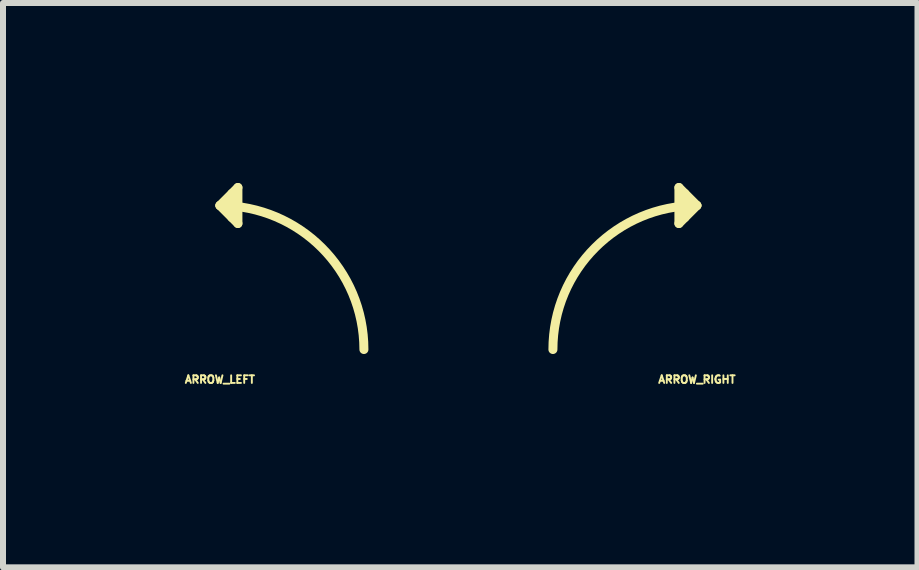
<source format=kicad_pcb>
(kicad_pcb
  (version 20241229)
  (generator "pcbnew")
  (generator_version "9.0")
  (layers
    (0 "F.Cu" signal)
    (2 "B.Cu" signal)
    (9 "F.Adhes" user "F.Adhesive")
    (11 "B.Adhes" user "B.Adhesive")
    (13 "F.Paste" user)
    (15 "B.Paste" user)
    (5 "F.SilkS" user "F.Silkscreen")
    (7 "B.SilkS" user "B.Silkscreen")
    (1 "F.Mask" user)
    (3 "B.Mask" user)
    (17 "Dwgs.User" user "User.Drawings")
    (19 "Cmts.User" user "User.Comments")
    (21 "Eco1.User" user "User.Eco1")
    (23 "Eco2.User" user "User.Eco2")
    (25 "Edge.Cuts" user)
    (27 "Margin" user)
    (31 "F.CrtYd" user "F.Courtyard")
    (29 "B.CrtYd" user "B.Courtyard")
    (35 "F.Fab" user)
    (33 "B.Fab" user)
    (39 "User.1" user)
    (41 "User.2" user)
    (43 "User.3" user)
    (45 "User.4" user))
  (footprint "ARROW_LEFT"
    (layer "F.Cu")
    (at 0.615 2.775)
    (property "Reference" "ARROW_LEFT" (at 0 0.5 0) (layer "F.SilkS") (effects (font (size 0.127 0.127) (thickness 0.032))))
    (attr through_hole)
    (fp_line (start 0 -2.4) (end 0.3 -2.7) (stroke (width 0.15) (type solid)) (layer "F.SilkS"))
    (fp_line (start 0.2 -2.6) (end 0.2 -2.2) (stroke (width 0.15) (type solid)) (layer "F.SilkS"))
    (fp_line (start 0.3 -2.7) (end 0.3 -2.1) (stroke (width 0.15) (type solid)) (layer "F.SilkS"))
    (fp_line (start 0.3 -2.1) (end 0 -2.4) (stroke (width 0.15) (type solid)) (layer "F.SilkS"))
    (fp_arc (start 0 -2.4) (mid 1.697056 -1.697056) (end 2.4 0) (stroke (width 0.15) (type solid)) (layer "F.SilkS")))
  (footprint "ARROW_RIGHT"
    (layer "F.Cu")
    (at 8.565 2.775)
    (property "Reference" "ARROW_RIGHT" (at 0 0.5 0) (layer "F.SilkS") (effects (font (size 0.127 0.127) (thickness 0.032))))
    (attr through_hole)
    (fp_line (start -0.3 -2.7) (end -0.3 -2.1) (stroke (width 0.15) (type solid)) (layer "F.SilkS"))
    (fp_line (start -0.3 -2.1) (end 0 -2.4) (stroke (width 0.15) (type solid)) (layer "F.SilkS"))
    (fp_line (start -0.2 -2.2) (end -0.2 -2.6) (stroke (width 0.15) (type solid)) (layer "F.SilkS"))
    (fp_line (start 0 -2.4) (end -0.3 -2.7) (stroke (width 0.15) (type solid)) (layer "F.SilkS"))
    (fp_arc (start -2.4 0) (mid -1.697056 -1.697056) (end 0 -2.4) (stroke (width 0.15) (type solid)) (layer "F.SilkS")))
  (gr_rect
    (start -3 -3)
    (end 12.241 6.405)
    (stroke (width 0.1) (type default))
    (fill no)
    (layer "Edge.Cuts")))
</source>
